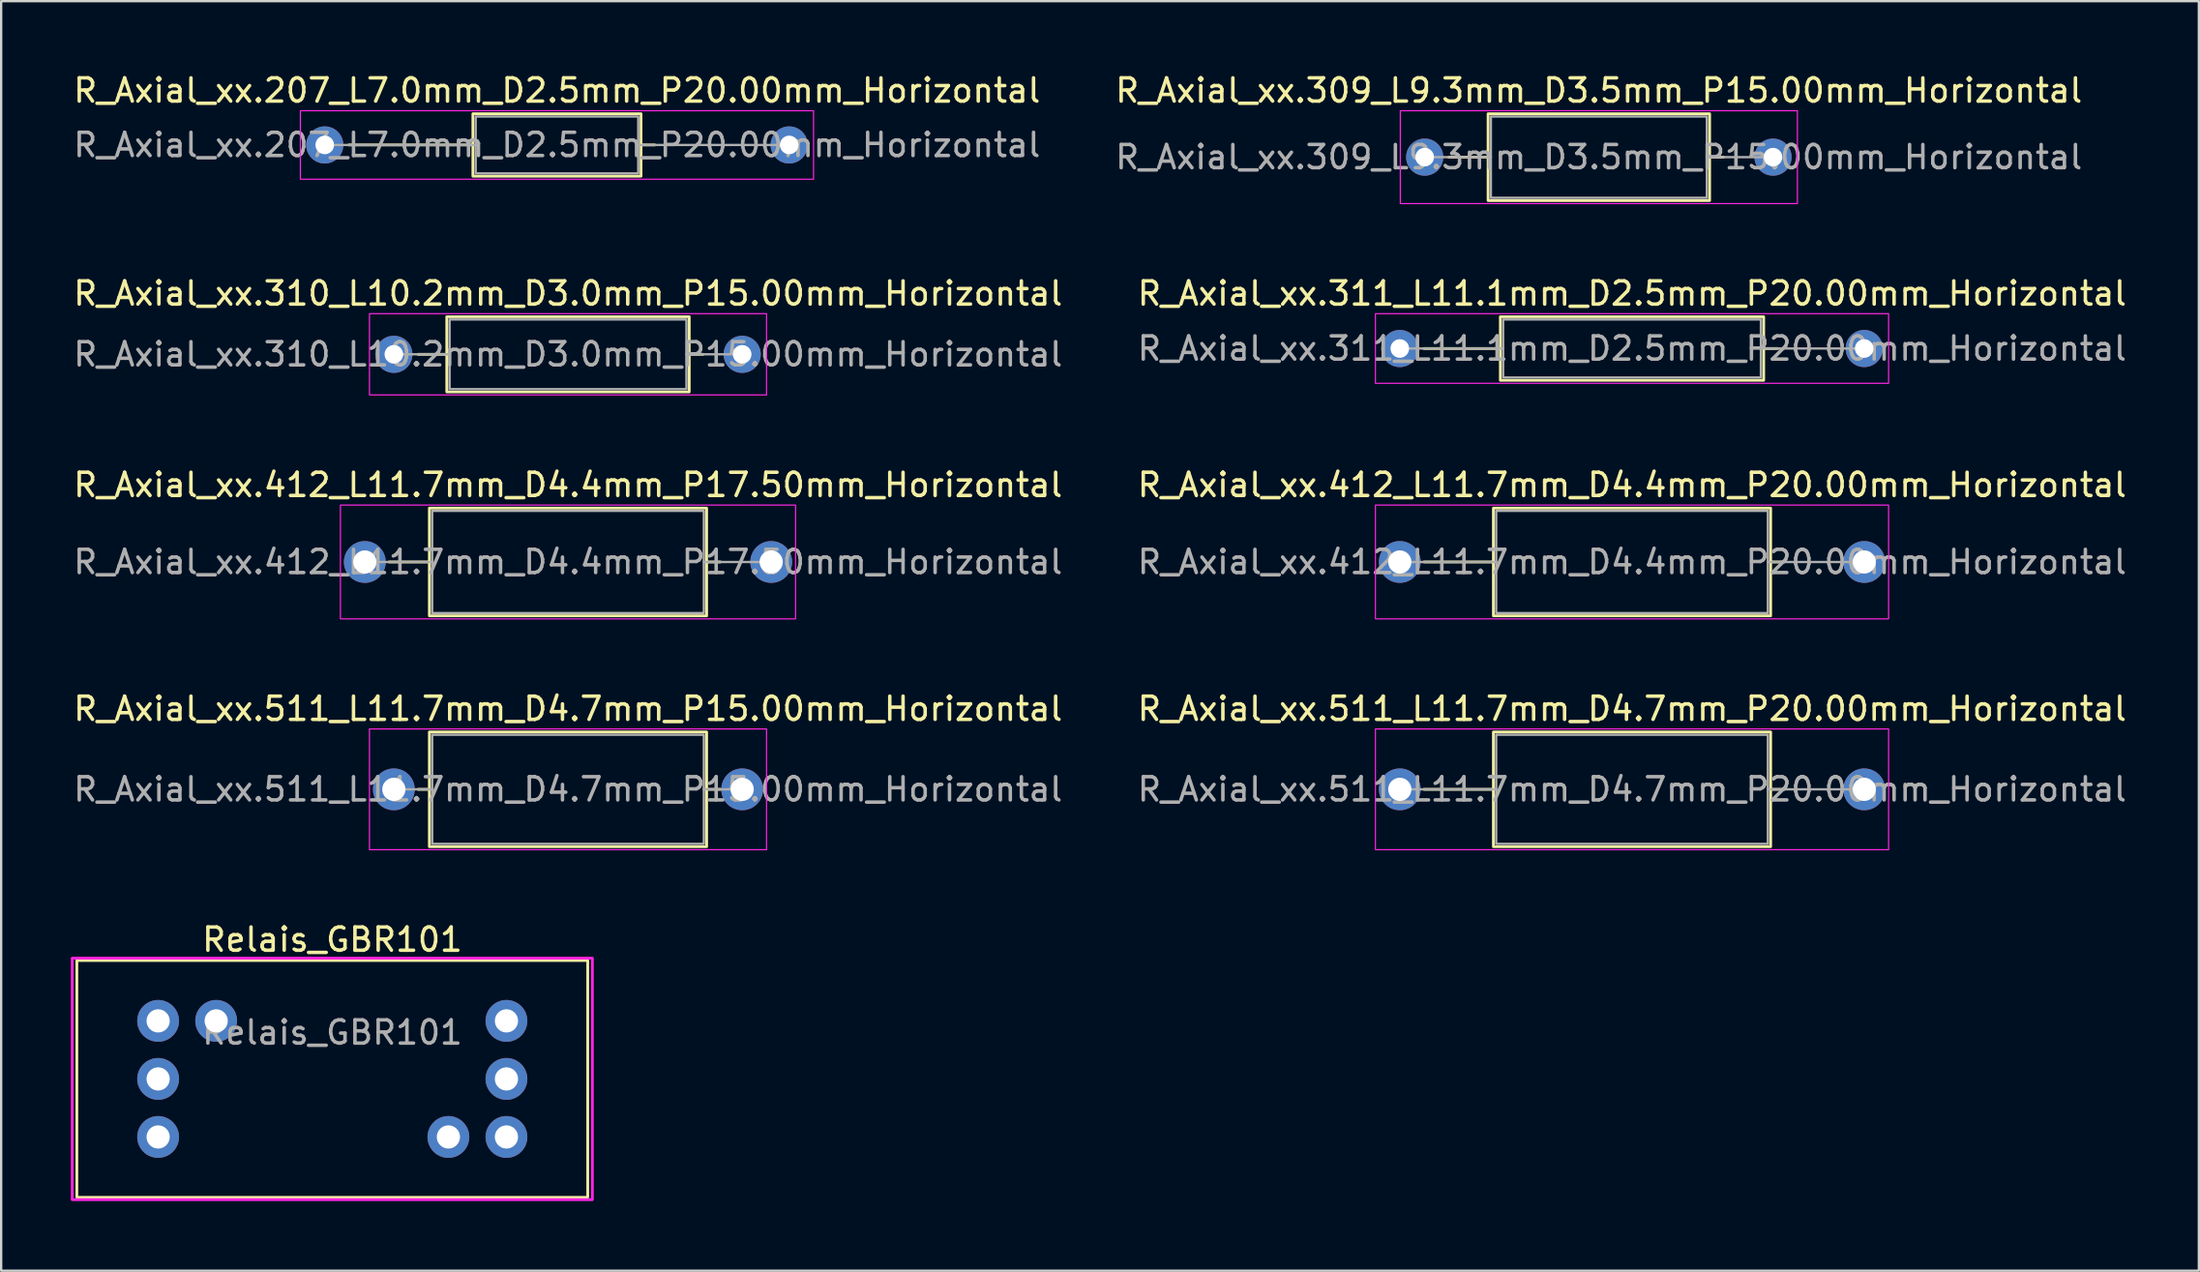
<source format=kicad_pcb>
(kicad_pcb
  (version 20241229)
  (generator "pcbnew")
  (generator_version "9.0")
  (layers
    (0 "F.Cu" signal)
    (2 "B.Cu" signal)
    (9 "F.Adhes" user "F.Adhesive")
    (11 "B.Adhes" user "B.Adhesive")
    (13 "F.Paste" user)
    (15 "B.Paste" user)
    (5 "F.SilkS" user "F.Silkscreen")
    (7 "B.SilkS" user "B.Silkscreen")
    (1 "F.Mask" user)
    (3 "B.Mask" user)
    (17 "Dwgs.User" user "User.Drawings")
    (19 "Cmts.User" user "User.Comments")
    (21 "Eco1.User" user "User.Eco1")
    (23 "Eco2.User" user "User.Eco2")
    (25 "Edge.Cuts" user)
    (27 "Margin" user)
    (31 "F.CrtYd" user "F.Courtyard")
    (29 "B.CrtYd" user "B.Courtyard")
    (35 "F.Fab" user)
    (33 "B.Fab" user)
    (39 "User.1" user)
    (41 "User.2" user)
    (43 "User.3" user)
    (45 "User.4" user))
  (footprint "Relais_GBR101"
    (layer "F.Cu")
    (at 11.26 43.421)
    (property "Reference" "Relais_GBR101" (at 0 -6 0) (unlocked yes) (layer "F.SilkS") (effects (font (size 1 1) (thickness 0.15))))
    (attr through_hole)
    (fp_rect (start -11 -5.1) (end 11 5.1) (stroke (width 0.12) (type solid)) (fill no) (layer "F.SilkS"))
    (fp_rect (start -11.2 -5.2) (end 11.2 5.2) (stroke (width 0.12) (type solid)) (fill no) (layer "F.CrtYd"))
    (fp_text user "${REFERENCE}" (at 0 -2 0) (layer "F.Fab") (effects (font (size 1 1) (thickness 0.15))))
    (pad "1" thru_hole circle (at -7.5 -2.5) (size 1.8 1.8) (drill 1) (layers "*.Cu" "*.Mask"))
    (pad "2" thru_hole circle (at 7.5 2.5) (size 1.8 1.8) (drill 1) (layers "*.Cu" "*.Mask"))
    (pad "5" thru_hole circle (at -5 -2.5) (size 1.8 1.8) (drill 1) (layers "*.Cu" "*.Mask"))
    (pad "6" thru_hole circle (at 7.5 -2.5) (size 1.8 1.8) (drill 1) (layers "*.Cu" "*.Mask"))
    (pad "7" thru_hole circle (at 7.5 0) (size 1.8 1.8) (drill 1) (layers "*.Cu" "*.Mask"))
    (pad "8" thru_hole circle (at 5 2.5) (size 1.8 1.8) (drill 1) (layers "*.Cu" "*.Mask"))
    (pad "9" thru_hole circle (at -7.5 2.5) (size 1.8 1.8) (drill 1) (layers "*.Cu" "*.Mask"))
    (pad "10" thru_hole circle (at -7.5 0) (size 1.8 1.8) (drill 1) (layers "*.Cu" "*.Mask")))
  (footprint "R_Axial_xx.311_L11.1mm_D2.5mm_P20.00mm_Horizontal"
    (layer "F.Cu")
    (at 57.232 11.961)
    (property "Reference" "R_Axial_xx.311_L11.1mm_D2.5mm_P20.00mm_Horizontal" (at 10 -2.37 0) (layer "F.SilkS") (effects (font (size 1 1) (thickness 0.15))))
    (attr through_hole)
    (fp_line (start 1.04 0) (end 4.33 0) (stroke (width 0.12) (type solid)) (layer "F.SilkS"))
    (fp_line (start 16.26 0) (end 15.67 0) (stroke (width 0.12) (type solid)) (layer "F.SilkS"))
    (fp_rect (start 4.33 -1.37) (end 15.67 1.37) (stroke (width 0.12) (type solid)) (fill no) (layer "F.SilkS"))
    (fp_rect (start -1.05 -1.5) (end 21.05 1.5) (stroke (width 0.05) (type solid)) (fill no) (layer "F.CrtYd"))
    (fp_line (start 0 0) (end 4.45 0) (stroke (width 0.1) (type solid)) (layer "F.Fab"))
    (fp_line (start 20 0) (end 15.55 0) (stroke (width 0.1) (type solid)) (layer "F.Fab"))
    (fp_rect (start 4.45 -1.25) (end 15.55 1.25) (stroke (width 0.1) (type solid)) (fill no) (layer "F.Fab"))
    (fp_text user "${REFERENCE}" (at 10 0 0) (layer "F.Fab") (effects (font (size 1 1) (thickness 0.15))))
    (pad "1" thru_hole circle (at 0 0) (size 1.6 1.6) (drill 0.8) (layers "*.Cu" "*.Mask"))
    (pad "2" thru_hole oval (at 20 0) (size 1.6 1.6) (drill 0.8) (layers "*.Cu" "*.Mask")))
  (footprint "R_Axial_xx.207_L7.0mm_D2.5mm_P20.00mm_Horizontal"
    (layer "F.Cu")
    (at 10.935 3.193)
    (property "Reference" "R_Axial_xx.207_L7.0mm_D2.5mm_P20.00mm_Horizontal" (at 10 -2.345 0) (layer "F.SilkS") (effects (font (size 1 1) (thickness 0.15))))
    (attr through_hole)
    (fp_line (start 1.04 0) (end 6.38 0) (stroke (width 0.12) (type solid)) (layer "F.SilkS"))
    (fp_line (start 14.21 0) (end 13.62 0) (stroke (width 0.12) (type solid)) (layer "F.SilkS"))
    (fp_rect (start 6.38 -1.345) (end 13.62 1.345) (stroke (width 0.12) (type solid)) (fill no) (layer "F.SilkS"))
    (fp_rect (start -1.05 -1.475) (end 21.05 1.475) (stroke (width 0.05) (type solid)) (fill no) (layer "F.CrtYd"))
    (fp_line (start 0 0) (end 6.5 0) (stroke (width 0.1) (type solid)) (layer "F.Fab"))
    (fp_line (start 20 0) (end 13.5 0) (stroke (width 0.1) (type solid)) (layer "F.Fab"))
    (fp_rect (start 6.5 -1.225) (end 13.5 1.225) (stroke (width 0.1) (type solid)) (fill no) (layer "F.Fab"))
    (fp_text user "${REFERENCE}" (at 10 0 0) (layer "F.Fab") (effects (font (size 1 1) (thickness 0.15))))
    (pad "1" thru_hole circle (at 0 0) (size 1.6 1.6) (drill 0.8) (layers "*.Cu" "*.Mask"))
    (pad "2" thru_hole oval (at 20 0) (size 1.6 1.6) (drill 0.8) (layers "*.Cu" "*.Mask")))
  (footprint "R_Axial_xx.310_L10.2mm_D3.0mm_P15.00mm_Horizontal"
    (layer "F.Cu")
    (at 13.911 12.211)
    (property "Reference" "R_Axial_xx.310_L10.2mm_D3.0mm_P15.00mm_Horizontal" (at 7.5 -2.62 0) (layer "F.SilkS") (effects (font (size 1 1) (thickness 0.15))))
    (attr through_hole)
    (fp_line (start 1.04 0) (end 2.28 0) (stroke (width 0.12) (type solid)) (layer "F.SilkS"))
    (fp_line (start 13.31 0) (end 12.72 0) (stroke (width 0.12) (type solid)) (layer "F.SilkS"))
    (fp_rect (start 2.28 -1.62) (end 12.72 1.62) (stroke (width 0.12) (type solid)) (fill no) (layer "F.SilkS"))
    (fp_rect (start -1.05 -1.75) (end 16.05 1.75) (stroke (width 0.05) (type solid)) (fill no) (layer "F.CrtYd"))
    (fp_line (start 0 0) (end 2.4 0) (stroke (width 0.1) (type solid)) (layer "F.Fab"))
    (fp_line (start 15 0) (end 12.6 0) (stroke (width 0.1) (type solid)) (layer "F.Fab"))
    (fp_rect (start 2.4 -1.5) (end 12.6 1.5) (stroke (width 0.1) (type solid)) (fill no) (layer "F.Fab"))
    (fp_text user "${REFERENCE}" (at 7.5 0 0) (layer "F.Fab") (effects (font (size 1 1) (thickness 0.15))))
    (pad "1" thru_hole circle (at 0 0) (size 1.6 1.6) (drill 0.8) (layers "*.Cu" "*.Mask"))
    (pad "2" thru_hole oval (at 15 0) (size 1.6 1.6) (drill 0.8) (layers "*.Cu" "*.Mask")))
  (footprint "R_Axial_xx.412_L11.7mm_D4.4mm_P17.50mm_Horizontal"
    (layer "F.Cu")
    (at 12.661 21.155)
    (property "Reference" "R_Axial_xx.412_L11.7mm_D4.4mm_P17.50mm_Horizontal" (at 8.75 -3.32 0) (layer "F.SilkS") (effects (font (size 1 1) (thickness 0.15))))
    (attr through_hole)
    (fp_line (start 1.04 0) (end 2.78 0) (stroke (width 0.12) (type solid)) (layer "F.SilkS"))
    (fp_line (start 15.31 0) (end 14.72 0) (stroke (width 0.12) (type solid)) (layer "F.SilkS"))
    (fp_rect (start 2.78 -2.32) (end 14.72 2.32) (stroke (width 0.12) (type solid)) (fill no) (layer "F.SilkS"))
    (fp_rect (start -1.05 -2.45) (end 18.55 2.45) (stroke (width 0.05) (type solid)) (fill no) (layer "F.CrtYd"))
    (fp_line (start 0 0) (end 2.9 0) (stroke (width 0.1) (type solid)) (layer "F.Fab"))
    (fp_line (start 17.5 0) (end 14.6 0) (stroke (width 0.1) (type solid)) (layer "F.Fab"))
    (fp_rect (start 2.9 -2.2) (end 14.6 2.2) (stroke (width 0.1) (type solid)) (fill no) (layer "F.Fab"))
    (fp_text user "${REFERENCE}" (at 8.75 0 0) (layer "F.Fab") (effects (font (size 1 1) (thickness 0.15))))
    (pad "1" thru_hole circle (at 0 0) (size 1.8 1.8) (drill 1) (layers "*.Cu" "*.Mask"))
    (pad "2" thru_hole oval (at 17.5 0) (size 1.8 1.8) (drill 1) (layers "*.Cu" "*.Mask")))
  (footprint "R_Axial_xx.412_L11.7mm_D4.4mm_P20.00mm_Horizontal"
    (layer "F.Cu")
    (at 57.232 21.155)
    (property "Reference" "R_Axial_xx.412_L11.7mm_D4.4mm_P20.00mm_Horizontal" (at 10 -3.32 0) (layer "F.SilkS") (effects (font (size 1 1) (thickness 0.15))))
    (attr through_hole)
    (fp_line (start 1.04 0) (end 4.03 0) (stroke (width 0.12) (type solid)) (layer "F.SilkS"))
    (fp_line (start 16.56 0) (end 15.97 0) (stroke (width 0.12) (type solid)) (layer "F.SilkS"))
    (fp_rect (start 4.03 -2.32) (end 15.97 2.32) (stroke (width 0.12) (type solid)) (fill no) (layer "F.SilkS"))
    (fp_rect (start -1.05 -2.45) (end 21.05 2.45) (stroke (width 0.05) (type solid)) (fill no) (layer "F.CrtYd"))
    (fp_line (start 0 0) (end 4.15 0) (stroke (width 0.1) (type solid)) (layer "F.Fab"))
    (fp_line (start 20 0) (end 15.85 0) (stroke (width 0.1) (type solid)) (layer "F.Fab"))
    (fp_rect (start 4.15 -2.2) (end 15.85 2.2) (stroke (width 0.1) (type solid)) (fill no) (layer "F.Fab"))
    (fp_text user "${REFERENCE}" (at 10 0 0) (layer "F.Fab") (effects (font (size 1 1) (thickness 0.15))))
    (pad "1" thru_hole circle (at 0 0) (size 1.8 1.8) (drill 1) (layers "*.Cu" "*.Mask"))
    (pad "2" thru_hole oval (at 20 0) (size 1.8 1.8) (drill 1) (layers "*.Cu" "*.Mask")))
  (footprint "R_Axial_xx.309_L9.3mm_D3.5mm_P15.00mm_Horizontal"
    (layer "F.Cu")
    (at 58.304 3.718)
    (property "Reference" "R_Axial_xx.309_L9.3mm_D3.5mm_P15.00mm_Horizontal" (at 7.5 -2.87 0) (layer "F.SilkS") (effects (font (size 1 1) (thickness 0.15))))
    (attr through_hole)
    (fp_line (start 1.04 0) (end 2.73 0) (stroke (width 0.12) (type solid)) (layer "F.SilkS"))
    (fp_line (start 12.86 0) (end 12.27 0) (stroke (width 0.12) (type solid)) (layer "F.SilkS"))
    (fp_rect (start 2.73 -1.87) (end 12.27 1.87) (stroke (width 0.12) (type solid)) (fill no) (layer "F.SilkS"))
    (fp_rect (start -1.05 -2) (end 16.05 2) (stroke (width 0.05) (type solid)) (fill no) (layer "F.CrtYd"))
    (fp_line (start 0 0) (end 2.85 0) (stroke (width 0.1) (type solid)) (layer "F.Fab"))
    (fp_line (start 15 0) (end 12.15 0) (stroke (width 0.1) (type solid)) (layer "F.Fab"))
    (fp_rect (start 2.85 -1.75) (end 12.15 1.75) (stroke (width 0.1) (type solid)) (fill no) (layer "F.Fab"))
    (fp_text user "${REFERENCE}" (at 7.5 0 0) (layer "F.Fab") (effects (font (size 1 1) (thickness 0.15))))
    (pad "1" thru_hole circle (at 0 0) (size 1.6 1.6) (drill 0.8) (layers "*.Cu" "*.Mask"))
    (pad "2" thru_hole oval (at 15 0) (size 1.6 1.6) (drill 0.8) (layers "*.Cu" "*.Mask")))
  (footprint "R_Axial_xx.511_L11.7mm_D4.7mm_P15.00mm_Horizontal"
    (layer "F.Cu")
    (at 13.911 30.948)
    (property "Reference" "R_Axial_xx.511_L11.7mm_D4.7mm_P15.00mm_Horizontal" (at 7.5 -3.47 0) (layer "F.SilkS") (effects (font (size 1 1) (thickness 0.15))))
    (attr through_hole)
    (fp_line (start 1.04 0) (end 1.53 0) (stroke (width 0.12) (type solid)) (layer "F.SilkS"))
    (fp_line (start 14.06 0) (end 13.47 0) (stroke (width 0.12) (type solid)) (layer "F.SilkS"))
    (fp_rect (start 1.53 -2.47) (end 13.47 2.47) (stroke (width 0.12) (type solid)) (fill no) (layer "F.SilkS"))
    (fp_rect (start -1.05 -2.6) (end 16.05 2.6) (stroke (width 0.05) (type solid)) (fill no) (layer "F.CrtYd"))
    (fp_line (start 0 0) (end 1.65 0) (stroke (width 0.1) (type solid)) (layer "F.Fab"))
    (fp_line (start 15 0) (end 13.35 0) (stroke (width 0.1) (type solid)) (layer "F.Fab"))
    (fp_rect (start 1.65 -2.35) (end 13.35 2.35) (stroke (width 0.1) (type solid)) (fill no) (layer "F.Fab"))
    (fp_text user "${REFERENCE}" (at 7.5 0 0) (layer "F.Fab") (effects (font (size 1 1) (thickness 0.15))))
    (pad "1" thru_hole circle (at 0 0) (size 1.8 1.8) (drill 1) (layers "*.Cu" "*.Mask"))
    (pad "2" thru_hole oval (at 15 0) (size 1.8 1.8) (drill 1) (layers "*.Cu" "*.Mask")))
  (footprint "R_Axial_xx.511_L11.7mm_D4.7mm_P20.00mm_Horizontal"
    (layer "F.Cu")
    (at 57.232 30.948)
    (property "Reference" "R_Axial_xx.511_L11.7mm_D4.7mm_P20.00mm_Horizontal" (at 10 -3.47 0) (layer "F.SilkS") (effects (font (size 1 1) (thickness 0.15))))
    (attr through_hole)
    (fp_line (start 1.04 0) (end 4.03 0) (stroke (width 0.12) (type solid)) (layer "F.SilkS"))
    (fp_line (start 16.56 0) (end 15.97 0) (stroke (width 0.12) (type solid)) (layer "F.SilkS"))
    (fp_rect (start 4.03 -2.47) (end 15.97 2.47) (stroke (width 0.12) (type solid)) (fill no) (layer "F.SilkS"))
    (fp_rect (start -1.05 -2.6) (end 21.05 2.6) (stroke (width 0.05) (type solid)) (fill no) (layer "F.CrtYd"))
    (fp_line (start 0 0) (end 4.15 0) (stroke (width 0.1) (type solid)) (layer "F.Fab"))
    (fp_line (start 20 0) (end 15.85 0) (stroke (width 0.1) (type solid)) (layer "F.Fab"))
    (fp_rect (start 4.15 -2.35) (end 15.85 2.35) (stroke (width 0.1) (type solid)) (fill no) (layer "F.Fab"))
    (fp_text user "${REFERENCE}" (at 10 0 0) (layer "F.Fab") (effects (font (size 1 1) (thickness 0.15))))
    (pad "1" thru_hole circle (at 0 0) (size 1.8 1.8) (drill 1) (layers "*.Cu" "*.Mask"))
    (pad "2" thru_hole oval (at 20 0) (size 1.8 1.8) (drill 1) (layers "*.Cu" "*.Mask")))
  (gr_rect
    (start -3 -3)
    (end 91.643 51.681)
    (stroke (width 0.1) (type default))
    (fill no)
    (layer "Edge.Cuts")))
</source>
